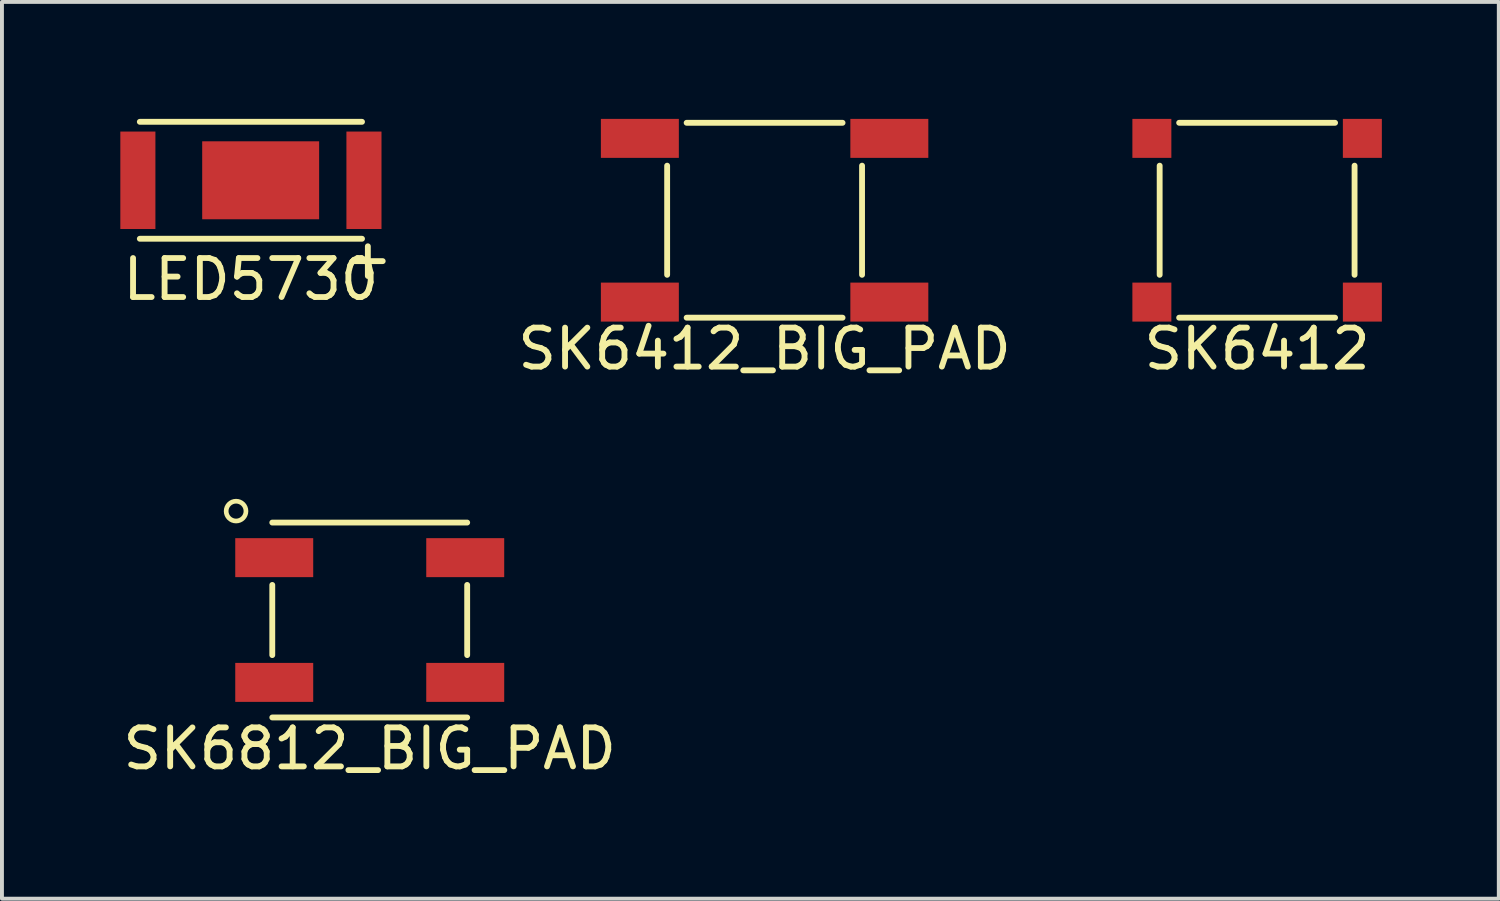
<source format=kicad_pcb>
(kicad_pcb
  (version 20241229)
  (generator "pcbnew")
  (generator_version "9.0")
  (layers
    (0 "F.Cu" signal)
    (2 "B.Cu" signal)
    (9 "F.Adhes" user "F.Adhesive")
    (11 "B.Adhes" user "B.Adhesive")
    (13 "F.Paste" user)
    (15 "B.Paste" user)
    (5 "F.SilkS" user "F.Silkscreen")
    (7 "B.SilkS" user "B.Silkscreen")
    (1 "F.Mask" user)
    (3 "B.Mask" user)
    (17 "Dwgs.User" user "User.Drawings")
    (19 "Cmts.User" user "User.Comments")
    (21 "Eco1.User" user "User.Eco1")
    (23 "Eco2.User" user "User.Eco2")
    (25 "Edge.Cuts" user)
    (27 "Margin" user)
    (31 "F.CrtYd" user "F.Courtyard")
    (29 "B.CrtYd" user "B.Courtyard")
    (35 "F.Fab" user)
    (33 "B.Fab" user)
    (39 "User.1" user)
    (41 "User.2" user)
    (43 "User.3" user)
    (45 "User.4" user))
  (footprint "SK6412"
    (layer "F.Cu")
    (at 29.2 2.6)
    (property "Reference" "SK6412" (at 0 3.3 0) (layer "F.SilkS") (effects (font (size 1 1) (thickness 0.15))))
    (attr through_hole)
    (fp_line (start -2.5 -1.4) (end -2.5 1.4) (stroke (width 0.15) (type solid)) (layer "F.SilkS"))
    (fp_line (start -2 -2.5) (end 2 -2.5) (stroke (width 0.15) (type solid)) (layer "F.SilkS"))
    (fp_line (start -2 2.5) (end 2 2.5) (stroke (width 0.15) (type solid)) (layer "F.SilkS"))
    (fp_line (start 2.5 1.4) (end 2.5 -1.4) (stroke (width 0.15) (type solid)) (layer "F.SilkS"))
    (pad "1" smd rect (at -2.7 -2.1) (size 1 1) (layers "F.Cu" "F.Mask" "F.Paste"))
    (pad "2" smd rect (at -2.7 2.1) (size 1 1) (layers "F.Cu" "F.Mask" "F.Paste"))
    (pad "3" smd rect (at 2.7 2.1) (size 1 1) (layers "F.Cu" "F.Mask" "F.Paste"))
    (pad "4" smd rect (at 2.7 -2.1) (size 1 1) (layers "F.Cu" "F.Mask" "F.Paste")))
  (footprint "SK6412_BIG_PAD"
    (layer "F.Cu")
    (at 16.565 2.6)
    (property "Reference" "SK6412_BIG_PAD" (at 0 3.3 0) (layer "F.SilkS") (effects (font (size 1 1) (thickness 0.15))))
    (attr through_hole)
    (fp_line (start -2.5 -1.4) (end -2.5 1.4) (stroke (width 0.15) (type solid)) (layer "F.SilkS"))
    (fp_line (start -2 -2.5) (end 2 -2.5) (stroke (width 0.15) (type solid)) (layer "F.SilkS"))
    (fp_line (start -2 2.5) (end 2 2.5) (stroke (width 0.15) (type solid)) (layer "F.SilkS"))
    (fp_line (start 2.5 1.4) (end 2.5 -1.4) (stroke (width 0.15) (type solid)) (layer "F.SilkS"))
    (pad "1" smd rect (at -2.7 -2.1) (size 2 1) (drill (offset -0.5 0)) (layers "F.Cu" "F.Mask" "F.Paste"))
    (pad "2" smd rect (at -2.7 2.1) (size 2 1) (drill (offset -0.5 0)) (layers "F.Cu" "F.Mask" "F.Paste"))
    (pad "3" smd rect (at 2.7 2.1) (size 2 1) (drill (offset 0.5 0)) (layers "F.Cu" "F.Mask" "F.Paste"))
    (pad "4" smd rect (at 2.7 -2.1) (size 2 1) (drill (offset 0.5 0)) (layers "F.Cu" "F.Mask" "F.Paste")))
  (footprint "SK6812_BIG_PAD"
    (layer "F.Cu")
    (at 6.435 12.856)
    (property "Reference" "SK6812_BIG_PAD" (at 0 3.3 0) (layer "F.SilkS") (effects (font (size 1 1) (thickness 0.15))))
    (attr through_hole)
    (fp_line (start -2.5 -2.5) (end 2.5 -2.5) (stroke (width 0.15) (type solid)) (layer "F.SilkS"))
    (fp_line (start -2.5 -0.9) (end -2.5 0.9) (stroke (width 0.15) (type solid)) (layer "F.SilkS"))
    (fp_line (start -2.5 2.5) (end 2.5 2.5) (stroke (width 0.15) (type solid)) (layer "F.SilkS"))
    (fp_line (start 2.5 0.9) (end 2.5 -0.9) (stroke (width 0.15) (type solid)) (layer "F.SilkS"))
    (fp_circle (center -3.429 -2.794) (end -3.175 -2.794) (stroke (width 0.12) (type solid)) (fill no) (layer "F.SilkS"))
    (pad "1" smd rect (at -2.45 -1.6) (size 2 1) (layers "F.Cu" "F.Mask" "F.Paste"))
    (pad "2" smd rect (at -2.45 1.6) (size 2 1) (layers "F.Cu" "F.Mask" "F.Paste"))
    (pad "3" smd rect (at 2.45 1.6) (size 2 1) (layers "F.Cu" "F.Mask" "F.Paste"))
    (pad "4" smd rect (at 2.45 -1.6) (size 2 1) (layers "F.Cu" "F.Mask" "F.Paste")))
  (footprint "LED5730"
    (layer "F.Cu")
    (at 3.387 1.575)
    (property "Reference" "LED5730" (at 0 2.54 0) (layer "F.SilkS") (effects (font (size 1 1) (thickness 0.15))))
    (attr through_hole)
    (fp_line (start -2.85 -1.5) (end 2.85 -1.5) (stroke (width 0.15) (type solid)) (layer "F.SilkS"))
    (fp_line (start -2.85 1.5) (end 2.85 1.5) (stroke (width 0.15) (type solid)) (layer "F.SilkS"))
    (fp_text user "+" (at 3 2 0) (layer "F.SilkS") (effects (font (size 1 1) (thickness 0.15))))
    (pad "1" smd rect (at -2.9 0) (size 0.9 2.5) (layers "F.Cu" "F.Mask" "F.Paste"))
    (pad "2" smd rect (at 0.25 0) (size 3 2) (layers "F.Cu" "F.Mask" "F.Paste"))
    (pad "2" smd rect (at 2.9 0) (size 0.9 2.5) (layers "F.Cu" "F.Mask" "F.Paste")))
  (gr_rect
    (start -3 -3)
    (end 35.4 20.005)
    (stroke (width 0.1) (type default))
    (fill no)
    (layer "Edge.Cuts")))
</source>
